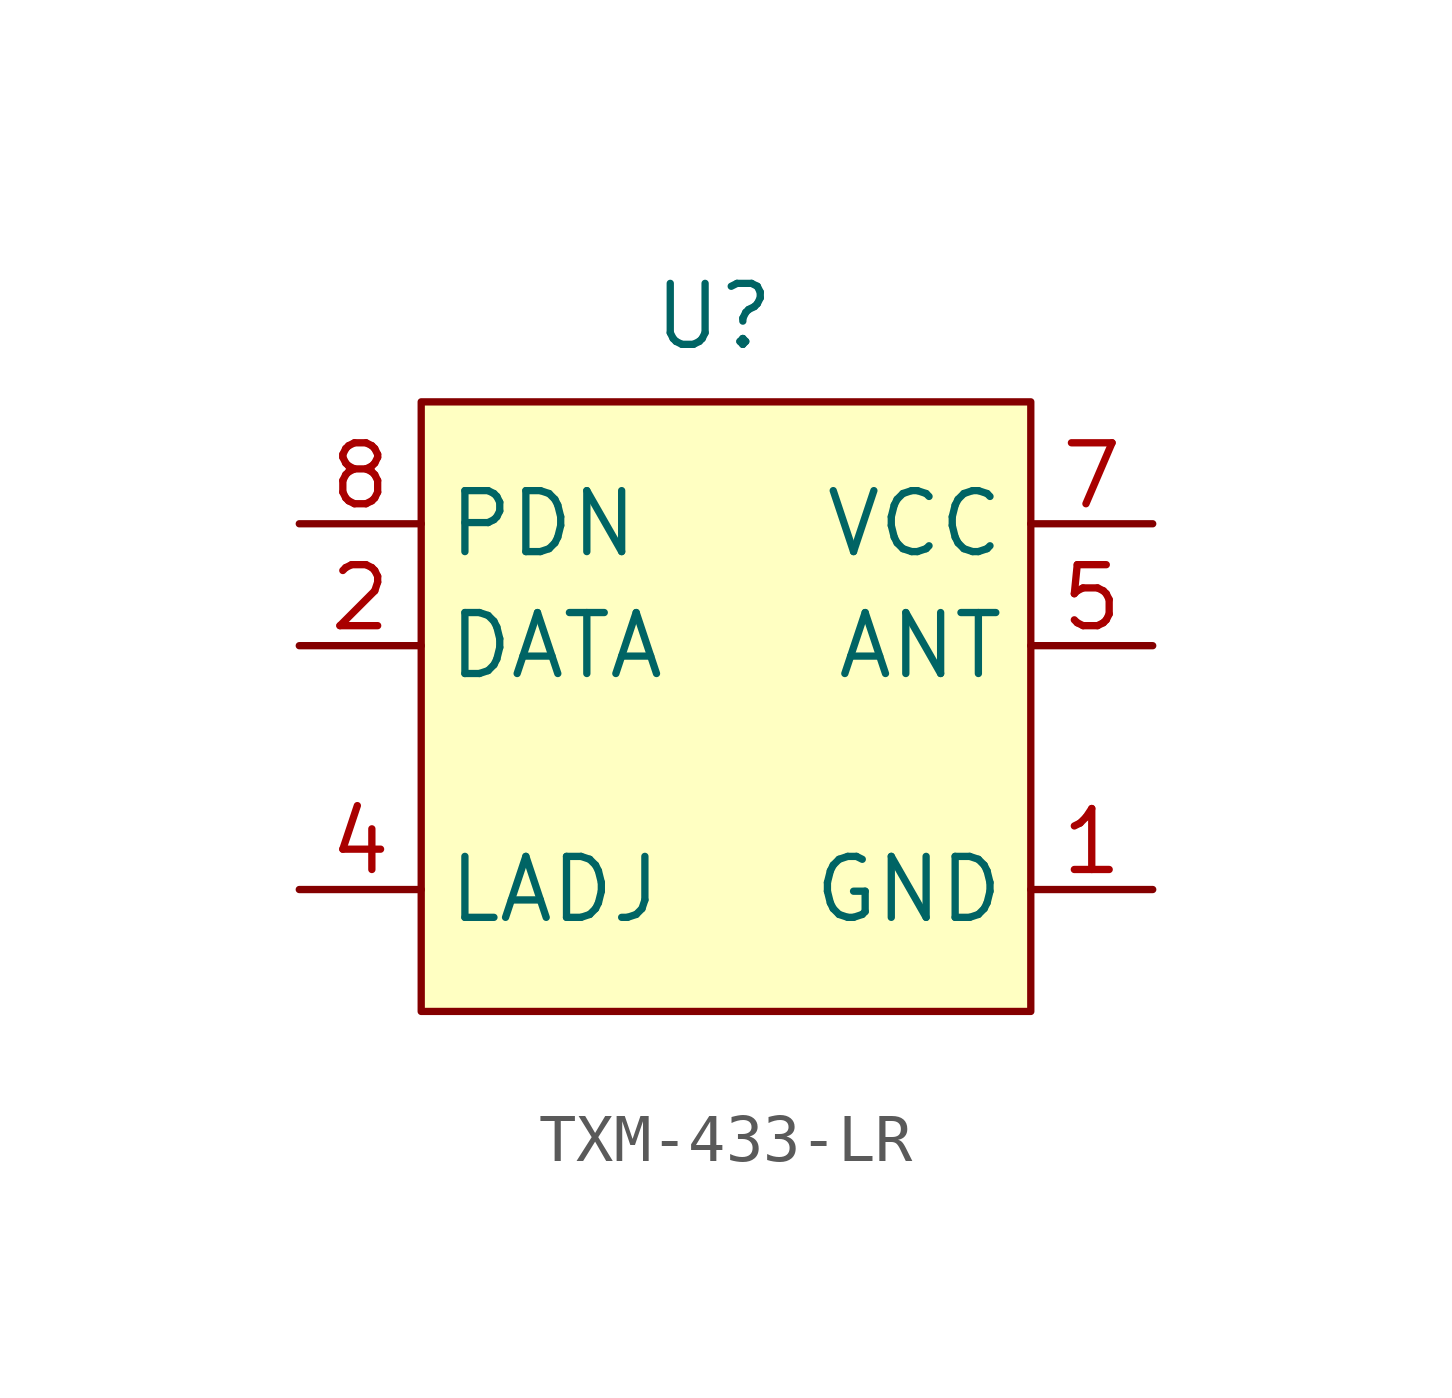
<source format=kicad_sym>
(kicad_symbol_lib
  (version 20241209)
  (generator "kicad_symbol_editor")
  (generator_version "9.0")
  (symbol "TXM-433-LR"
    (property "Reference" "U"
      (at 6.096 14.478 0)
      (effects (font (size 1.27 1.27))))
    (property "Value" ""
      (at 0 0 0)
      (effects (font (size 1.27 1.27))))
    (symbol "TXM-433-LR_1_1"
      (rectangle (start 0 12.7) (end 12.7 0) (stroke (width 0) (type solid)) (fill (type background)))
      (pin input line (at -2.54 10.16 0) (length 2.54) (name "PDN" (effects (font (size 1.27 1.27)))) (number "8" (effects (font (size 1.27 1.27)))))
      (pin input line (at -2.54 7.62 0) (length 2.54) (name "DATA" (effects (font (size 1.27 1.27)))) (number "2" (effects (font (size 1.27 1.27)))))
      (pin input line (at -2.54 2.54 0) (length 2.54) (name "LADJ" (effects (font (size 1.27 1.27)))) (number "4" (effects (font (size 1.27 1.27)))))
      (pin power_in line (at 15.24 10.16 180) (length 2.54) (name "VCC" (effects (font (size 1.27 1.27)))) (number "7" (effects (font (size 1.27 1.27)))))
      (pin output line (at 15.24 7.62 180) (length 2.54) (name "ANT" (effects (font (size 1.27 1.27)))) (number "5" (effects (font (size 1.27 1.27)))))
      (pin power_in line (at 15.24 2.54 180) (length 2.54) (name "GND" (effects (font (size 1.27 1.27)))) (number "1" (effects (font (size 1.27 1.27)))))
      (pin power_in line (at 15.24 2.54 180) (length 2.54) (hide yes) (name "GND" (effects (font (size 1.27 1.27)))) (number "3" (effects (font (size 1.27 1.27)))))
      (pin power_in line (at 15.24 2.54 180) (length 2.54) (hide yes) (name "GND" (effects (font (size 1.27 1.27)))) (number "6" (effects (font (size 1.27 1.27))))))))
</source>
